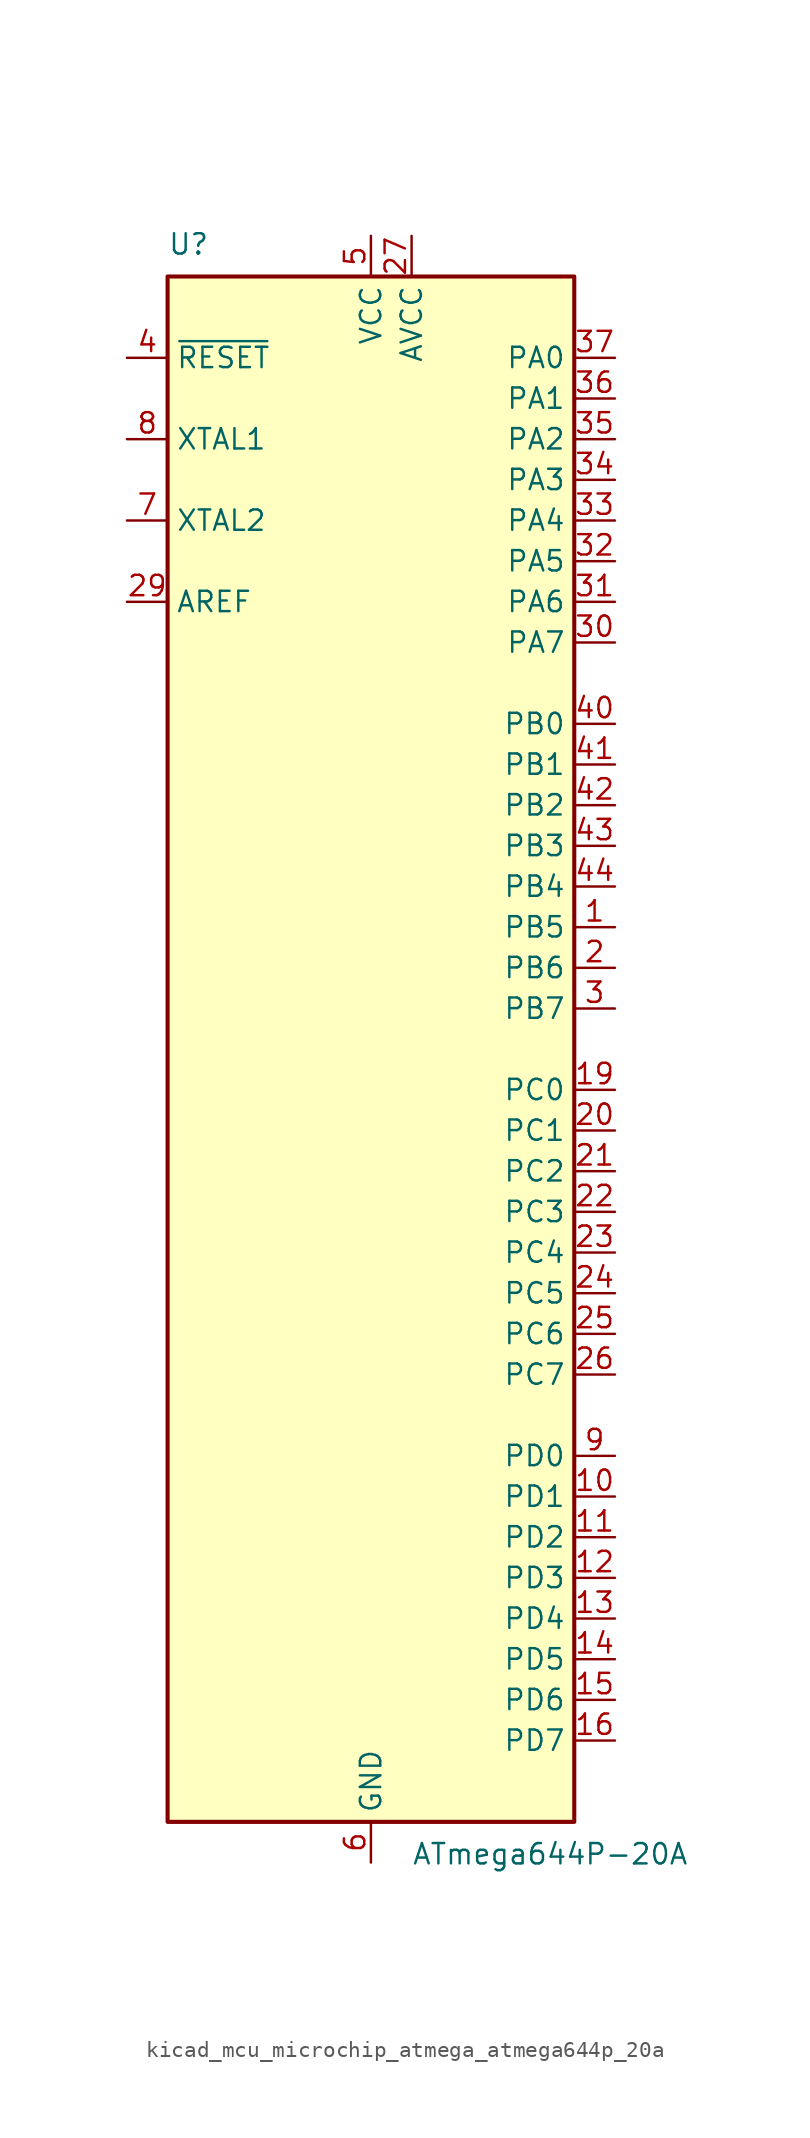
<source format=kicad_sym>
(kicad_symbol_lib
  (version 20220914)
  (generator kicad_symbol_editor)
  (symbol "kicad_mcu_microchip_atmega_atmega644p_20a"
    (property "Reference" "U"
      (at -12.7 49.53 0)
      (effects (font (size 1.27 1.27)) (justify left bottom)))
    (property "Value" "ATmega644P-20A"
      (at 2.54 -49.53 0)
      (effects (font (size 1.27 1.27)) (justify left top)))
    (symbol "kicad_mcu_microchip_atmega_atmega644p_20a_0_1"
      (rectangle (start -12.7 -48.26) (end 12.7 48.26) (stroke (width 0.254) (type default)) (fill (type background))))
    (symbol "kicad_mcu_microchip_atmega_atmega644p_20a_1_1"
      (pin bidirectional line (at 15.24 7.62 180) (length 2.54) (name "PB5" (effects (font (size 1.27 1.27)))) (number "1" (effects (font (size 1.27 1.27)))))
      (pin bidirectional line (at 15.24 -27.94 180) (length 2.54) (name "PD1" (effects (font (size 1.27 1.27)))) (number "10" (effects (font (size 1.27 1.27)))))
      (pin bidirectional line (at 15.24 -30.48 180) (length 2.54) (name "PD2" (effects (font (size 1.27 1.27)))) (number "11" (effects (font (size 1.27 1.27)))))
      (pin bidirectional line (at 15.24 -33.02 180) (length 2.54) (name "PD3" (effects (font (size 1.27 1.27)))) (number "12" (effects (font (size 1.27 1.27)))))
      (pin bidirectional line (at 15.24 -35.56 180) (length 2.54) (name "PD4" (effects (font (size 1.27 1.27)))) (number "13" (effects (font (size 1.27 1.27)))))
      (pin bidirectional line (at 15.24 -38.1 180) (length 2.54) (name "PD5" (effects (font (size 1.27 1.27)))) (number "14" (effects (font (size 1.27 1.27)))))
      (pin bidirectional line (at 15.24 -40.64 180) (length 2.54) (name "PD6" (effects (font (size 1.27 1.27)))) (number "15" (effects (font (size 1.27 1.27)))))
      (pin bidirectional line (at 15.24 -43.18 180) (length 2.54) (name "PD7" (effects (font (size 1.27 1.27)))) (number "16" (effects (font (size 1.27 1.27)))))
      (pin passive line (at 0 50.8 270) (length 2.54) hide (name "VCC" (effects (font (size 1.27 1.27)))) (number "17" (effects (font (size 1.27 1.27)))))
      (pin passive line (at 0 -50.8 90) (length 2.54) hide (name "GND" (effects (font (size 1.27 1.27)))) (number "18" (effects (font (size 1.27 1.27)))))
      (pin bidirectional line (at 15.24 -2.54 180) (length 2.54) (name "PC0" (effects (font (size 1.27 1.27)))) (number "19" (effects (font (size 1.27 1.27)))))
      (pin bidirectional line (at 15.24 5.08 180) (length 2.54) (name "PB6" (effects (font (size 1.27 1.27)))) (number "2" (effects (font (size 1.27 1.27)))))
      (pin bidirectional line (at 15.24 -5.08 180) (length 2.54) (name "PC1" (effects (font (size 1.27 1.27)))) (number "20" (effects (font (size 1.27 1.27)))))
      (pin bidirectional line (at 15.24 -7.62 180) (length 2.54) (name "PC2" (effects (font (size 1.27 1.27)))) (number "21" (effects (font (size 1.27 1.27)))))
      (pin bidirectional line (at 15.24 -10.16 180) (length 2.54) (name "PC3" (effects (font (size 1.27 1.27)))) (number "22" (effects (font (size 1.27 1.27)))))
      (pin bidirectional line (at 15.24 -12.7 180) (length 2.54) (name "PC4" (effects (font (size 1.27 1.27)))) (number "23" (effects (font (size 1.27 1.27)))))
      (pin bidirectional line (at 15.24 -15.24 180) (length 2.54) (name "PC5" (effects (font (size 1.27 1.27)))) (number "24" (effects (font (size 1.27 1.27)))))
      (pin bidirectional line (at 15.24 -17.78 180) (length 2.54) (name "PC6" (effects (font (size 1.27 1.27)))) (number "25" (effects (font (size 1.27 1.27)))))
      (pin bidirectional line (at 15.24 -20.32 180) (length 2.54) (name "PC7" (effects (font (size 1.27 1.27)))) (number "26" (effects (font (size 1.27 1.27)))))
      (pin power_in line (at 2.54 50.8 270) (length 2.54) (name "AVCC" (effects (font (size 1.27 1.27)))) (number "27" (effects (font (size 1.27 1.27)))))
      (pin passive line (at 0 -50.8 90) (length 2.54) hide (name "GND" (effects (font (size 1.27 1.27)))) (number "28" (effects (font (size 1.27 1.27)))))
      (pin passive line (at -15.24 27.94 0) (length 2.54) (name "AREF" (effects (font (size 1.27 1.27)))) (number "29" (effects (font (size 1.27 1.27)))))
      (pin bidirectional line (at 15.24 2.54 180) (length 2.54) (name "PB7" (effects (font (size 1.27 1.27)))) (number "3" (effects (font (size 1.27 1.27)))))
      (pin bidirectional line (at 15.24 25.4 180) (length 2.54) (name "PA7" (effects (font (size 1.27 1.27)))) (number "30" (effects (font (size 1.27 1.27)))))
      (pin bidirectional line (at 15.24 27.94 180) (length 2.54) (name "PA6" (effects (font (size 1.27 1.27)))) (number "31" (effects (font (size 1.27 1.27)))))
      (pin bidirectional line (at 15.24 30.48 180) (length 2.54) (name "PA5" (effects (font (size 1.27 1.27)))) (number "32" (effects (font (size 1.27 1.27)))))
      (pin bidirectional line (at 15.24 33.02 180) (length 2.54) (name "PA4" (effects (font (size 1.27 1.27)))) (number "33" (effects (font (size 1.27 1.27)))))
      (pin bidirectional line (at 15.24 35.56 180) (length 2.54) (name "PA3" (effects (font (size 1.27 1.27)))) (number "34" (effects (font (size 1.27 1.27)))))
      (pin bidirectional line (at 15.24 38.1 180) (length 2.54) (name "PA2" (effects (font (size 1.27 1.27)))) (number "35" (effects (font (size 1.27 1.27)))))
      (pin bidirectional line (at 15.24 40.64 180) (length 2.54) (name "PA1" (effects (font (size 1.27 1.27)))) (number "36" (effects (font (size 1.27 1.27)))))
      (pin bidirectional line (at 15.24 43.18 180) (length 2.54) (name "PA0" (effects (font (size 1.27 1.27)))) (number "37" (effects (font (size 1.27 1.27)))))
      (pin passive line (at 0 50.8 270) (length 2.54) hide (name "VCC" (effects (font (size 1.27 1.27)))) (number "38" (effects (font (size 1.27 1.27)))))
      (pin passive line (at 0 -50.8 90) (length 2.54) hide (name "GND" (effects (font (size 1.27 1.27)))) (number "39" (effects (font (size 1.27 1.27)))))
      (pin input line (at -15.24 43.18 0) (length 2.54) (name "~{RESET}" (effects (font (size 1.27 1.27)))) (number "4" (effects (font (size 1.27 1.27)))))
      (pin bidirectional line (at 15.24 20.32 180) (length 2.54) (name "PB0" (effects (font (size 1.27 1.27)))) (number "40" (effects (font (size 1.27 1.27)))))
      (pin bidirectional line (at 15.24 17.78 180) (length 2.54) (name "PB1" (effects (font (size 1.27 1.27)))) (number "41" (effects (font (size 1.27 1.27)))))
      (pin bidirectional line (at 15.24 15.24 180) (length 2.54) (name "PB2" (effects (font (size 1.27 1.27)))) (number "42" (effects (font (size 1.27 1.27)))))
      (pin bidirectional line (at 15.24 12.7 180) (length 2.54) (name "PB3" (effects (font (size 1.27 1.27)))) (number "43" (effects (font (size 1.27 1.27)))))
      (pin bidirectional line (at 15.24 10.16 180) (length 2.54) (name "PB4" (effects (font (size 1.27 1.27)))) (number "44" (effects (font (size 1.27 1.27)))))
      (pin power_in line (at 0 50.8 270) (length 2.54) (name "VCC" (effects (font (size 1.27 1.27)))) (number "5" (effects (font (size 1.27 1.27)))))
      (pin power_in line (at 0 -50.8 90) (length 2.54) (name "GND" (effects (font (size 1.27 1.27)))) (number "6" (effects (font (size 1.27 1.27)))))
      (pin output line (at -15.24 33.02 0) (length 2.54) (name "XTAL2" (effects (font (size 1.27 1.27)))) (number "7" (effects (font (size 1.27 1.27)))))
      (pin input line (at -15.24 38.1 0) (length 2.54) (name "XTAL1" (effects (font (size 1.27 1.27)))) (number "8" (effects (font (size 1.27 1.27)))))
      (pin bidirectional line (at 15.24 -25.4 180) (length 2.54) (name "PD0" (effects (font (size 1.27 1.27)))) (number "9" (effects (font (size 1.27 1.27))))))))
</source>
